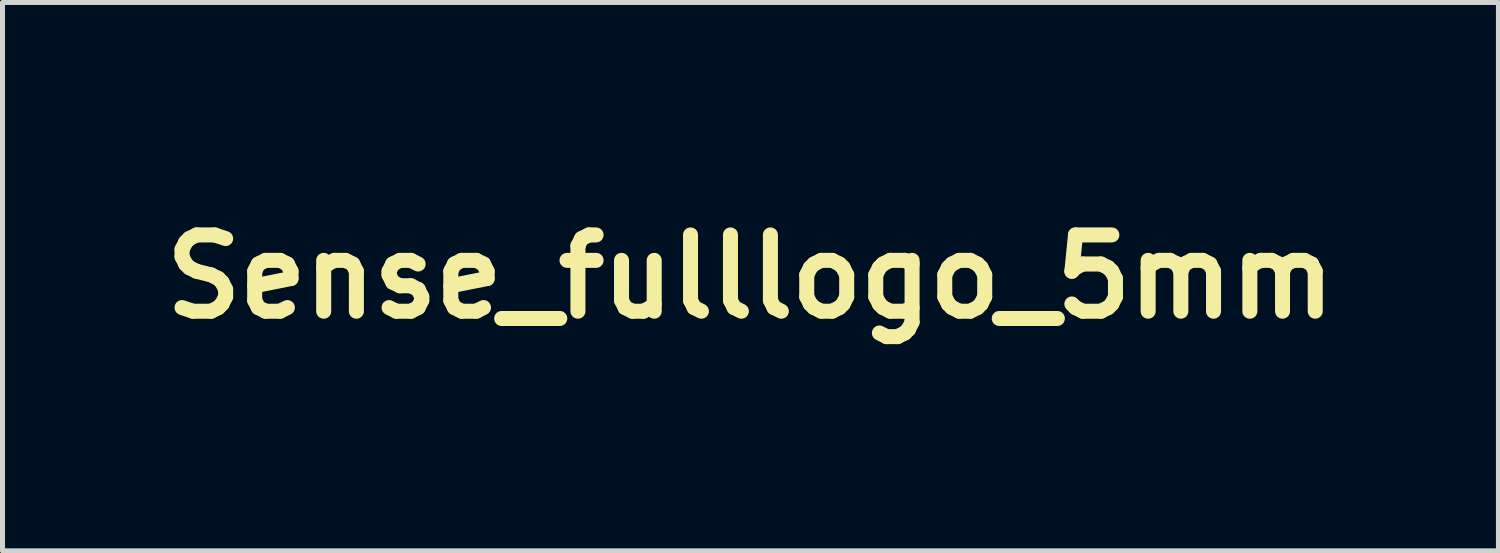
<source format=kicad_pcb>
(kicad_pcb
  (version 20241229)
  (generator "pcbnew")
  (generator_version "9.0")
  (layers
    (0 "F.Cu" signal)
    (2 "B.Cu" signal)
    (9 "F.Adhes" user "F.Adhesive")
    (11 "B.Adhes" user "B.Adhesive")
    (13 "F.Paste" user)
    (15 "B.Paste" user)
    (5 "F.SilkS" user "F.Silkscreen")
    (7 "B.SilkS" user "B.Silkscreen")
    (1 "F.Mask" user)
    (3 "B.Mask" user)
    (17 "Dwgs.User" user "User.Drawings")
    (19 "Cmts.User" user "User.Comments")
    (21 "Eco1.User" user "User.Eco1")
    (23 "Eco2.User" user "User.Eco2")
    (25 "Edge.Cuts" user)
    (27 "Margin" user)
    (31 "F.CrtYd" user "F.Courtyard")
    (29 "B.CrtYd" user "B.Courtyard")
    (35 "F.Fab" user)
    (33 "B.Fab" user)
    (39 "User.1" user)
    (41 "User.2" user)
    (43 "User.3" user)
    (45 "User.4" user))
  (footprint "Sense_fulllogo_5mm"
    (layer "F.Cu")
    (at 11.945 2.479)
    (property "Reference" "Sense_fulllogo_5mm" (at 0 0 0) (layer "F.SilkS") (effects (font (size 1.524 1.524) (thickness 0.3))))
    (attr through_hole)
    (fp_poly (pts (xy 0.356 0.357) (xy 0.386 0.373) (xy 0.386 0.373) (xy 0.415 0.395) (xy 0.415 1.216) (xy 0.414 1.345) (xy 0.414 1.468) (xy 0.414 1.583) (xy 0.413 1.69) (xy 0.412 1.785) (xy 0.411 1.868) (xy 0.41 1.938) (xy 0.409 1.992) (xy 0.408 2.029) (xy 0.407 2.047) (xy 0.407 2.049) (xy 0.38 2.072) (xy 0.344 2.082) (xy 0.307 2.078) (xy 0.277 2.061) (xy 0.277 2.061) (xy 0.254 2.037) (xy 0.255 1.215) (xy 0.255 1.063) (xy 0.255 0.929) (xy 0.255 0.814) (xy 0.256 0.716) (xy 0.256 0.633) (xy 0.257 0.564) (xy 0.259 0.508) (xy 0.261 0.464) (xy 0.264 0.429) (xy 0.268 0.403) (xy 0.272 0.385) (xy 0.278 0.372) (xy 0.285 0.365) (xy 0.293 0.361) (xy 0.302 0.359) (xy 0.313 0.358) (xy 0.322 0.356) (xy 0.356 0.357)) (stroke (width 0.01) (type solid)) (fill yes) (layer "F.Mask"))
    (fp_poly (pts (xy 3.379 0.358) (xy 3.407 0.372) (xy 3.425 0.389) (xy 3.426 0.392) (xy 3.427 0.405) (xy 3.428 0.437) (xy 3.429 0.486) (xy 3.43 0.551) (xy 3.431 0.631) (xy 3.431 0.723) (xy 3.432 0.827) (xy 3.432 0.939) (xy 3.433 1.06) (xy 3.433 1.188) (xy 3.433 1.228) (xy 3.433 2.047) (xy 3.41 2.066) (xy 3.378 2.081) (xy 3.34 2.082) (xy 3.307 2.071) (xy 3.297 2.063) (xy 3.293 2.059) (xy 3.29 2.054) (xy 3.287 2.046) (xy 3.285 2.034) (xy 3.282 2.016) (xy 3.281 1.992) (xy 3.279 1.96) (xy 3.278 1.919) (xy 3.278 1.866) (xy 3.277 1.801) (xy 3.277 1.723) (xy 3.276 1.63) (xy 3.276 1.52) (xy 3.276 1.393) (xy 3.276 1.246) (xy 3.276 0.395) (xy 3.303 0.374) (xy 3.328 0.359) (xy 3.349 0.352) (xy 3.35 0.352) (xy 3.379 0.358)) (stroke (width 0.01) (type solid)) (fill yes) (layer "F.Mask"))
    (fp_poly (pts (xy 5.9 0.362) (xy 5.923 0.373) (xy 5.944 0.396) (xy 5.967 0.434) (xy 5.991 0.474) (xy 6.023 0.525) (xy 6.06 0.585) (xy 6.103 0.652) (xy 6.148 0.723) (xy 6.195 0.796) (xy 6.243 0.87) (xy 6.289 0.94) (xy 6.333 1.006) (xy 6.373 1.066) (xy 6.407 1.116) (xy 6.434 1.155) (xy 6.453 1.181) (xy 6.461 1.19) (xy 6.472 1.196) (xy 6.484 1.191) (xy 6.5 1.175) (xy 6.522 1.149) (xy 6.555 1.105) (xy 6.597 1.044) (xy 6.647 0.969) (xy 6.704 0.881) (xy 6.766 0.781) (xy 6.833 0.673) (xy 6.875 0.602) (xy 6.913 0.54) (xy 6.947 0.485) (xy 6.977 0.437) (xy 7 0.401) (xy 7.016 0.378) (xy 7.022 0.371) (xy 7.041 0.365) (xy 7.064 0.363) (xy 7.09 0.37) (xy 7.119 0.389) (xy 7.142 0.414) (xy 7.153 0.438) (xy 7.153 0.442) (xy 7.148 0.458) (xy 7.134 0.487) (xy 7.114 0.523) (xy 7.105 0.538) (xy 7.083 0.572) (xy 7.052 0.62) (xy 7.014 0.68) (xy 6.969 0.748) (xy 6.92 0.823) (xy 6.869 0.9) (xy 6.817 0.978) (xy 6.767 1.052) (xy 6.721 1.122) (xy 6.68 1.183) (xy 6.646 1.233) (xy 6.63 1.257) (xy 6.56 1.357) (xy 6.559 1.701) (xy 6.557 2.044) (xy 6.533 2.064) (xy 6.5 2.08) (xy 6.461 2.083) (xy 6.426 2.072) (xy 6.422 2.069) (xy 6.416 2.064) (xy 6.412 2.057) (xy 6.408 2.044) (xy 6.406 2.025) (xy 6.403 1.997) (xy 6.402 1.958) (xy 6.4 1.906) (xy 6.399 1.838) (xy 6.397 1.752) (xy 6.397 1.709) (xy 6.391 1.363) (xy 6.104 0.93) (xy 6.047 0.845) (xy 5.994 0.764) (xy 5.945 0.69) (xy 5.902 0.624) (xy 5.865 0.569) (xy 5.836 0.525) (xy 5.816 0.494) (xy 5.807 0.479) (xy 5.806 0.477) (xy 5.794 0.438) (xy 5.801 0.403) (xy 5.823 0.376) (xy 5.858 0.361) (xy 5.872 0.36) (xy 5.9 0.362)) (stroke (width 0.01) (type solid)) (fill yes) (layer "F.Mask"))
    (fp_poly (pts (xy -0.631 0.356) (xy -0.581 0.357) (xy -0.511 0.359) (xy -0.459 0.361) (xy -0.422 0.364) (xy -0.397 0.367) (xy -0.38 0.371) (xy -0.369 0.376) (xy -0.36 0.384) (xy -0.355 0.39) (xy -0.336 0.416) (xy -0.334 0.439) (xy -0.349 0.465) (xy -0.353 0.47) (xy -0.374 0.497) (xy -0.703 0.5) (xy -0.808 0.501) (xy -0.895 0.502) (xy -0.964 0.505) (xy -1.019 0.512) (xy -1.06 0.523) (xy -1.09 0.541) (xy -1.111 0.567) (xy -1.124 0.603) (xy -1.131 0.649) (xy -1.135 0.708) (xy -1.137 0.781) (xy -1.138 0.845) (xy -1.14 0.928) (xy -1.14 0.991) (xy -1.139 1.037) (xy -1.137 1.066) (xy -1.133 1.081) (xy -1.132 1.082) (xy -1.119 1.084) (xy -1.087 1.086) (xy -1.041 1.087) (xy -0.982 1.088) (xy -0.913 1.089) (xy -0.837 1.089) (xy -0.817 1.089) (xy -0.723 1.089) (xy -0.647 1.09) (xy -0.588 1.091) (xy -0.543 1.094) (xy -0.511 1.098) (xy -0.49 1.105) (xy -0.476 1.114) (xy -0.47 1.127) (xy -0.467 1.142) (xy -0.467 1.16) (xy -0.467 1.18) (xy -0.469 1.196) (xy -0.476 1.209) (xy -0.489 1.218) (xy -0.511 1.225) (xy -0.543 1.229) (xy -0.587 1.232) (xy -0.647 1.233) (xy -0.723 1.234) (xy -0.799 1.234) (xy -0.876 1.234) (xy -0.948 1.235) (xy -1.01 1.236) (xy -1.061 1.237) (xy -1.097 1.238) (xy -1.116 1.24) (xy -1.117 1.24) (xy -1.14 1.246) (xy -1.14 2.041) (xy -1.168 2.062) (xy -1.204 2.081) (xy -1.24 2.079) (xy -1.265 2.065) (xy -1.288 2.046) (xy -1.286 1.317) (xy -1.286 1.171) (xy -1.285 1.045) (xy -1.285 0.936) (xy -1.284 0.843) (xy -1.283 0.765) (xy -1.281 0.7) (xy -1.279 0.647) (xy -1.276 0.605) (xy -1.273 0.57) (xy -1.268 0.543) (xy -1.263 0.522) (xy -1.257 0.505) (xy -1.249 0.49) (xy -1.24 0.477) (xy -1.23 0.463) (xy -1.229 0.461) (xy -1.206 0.438) (xy -1.173 0.414) (xy -1.151 0.4) (xy -1.128 0.389) (xy -1.106 0.38) (xy -1.08 0.374) (xy -1.046 0.369) (xy -1 0.365) (xy -0.94 0.361) (xy -0.875 0.358) (xy -0.797 0.356) (xy -0.713 0.355) (xy -0.631 0.356)) (stroke (width 0.01) (type solid)) (fill yes) (layer "F.Mask"))
    (fp_poly (pts (xy 4.953 0.373) (xy 5.05 0.373) (xy 5.131 0.374) (xy 5.197 0.375) (xy 5.249 0.377) (xy 5.29 0.379) (xy 5.321 0.383) (xy 5.342 0.387) (xy 5.357 0.393) (xy 5.365 0.4) (xy 5.369 0.409) (xy 5.371 0.419) (xy 5.37 0.432) (xy 5.37 0.44) (xy 5.37 0.459) (xy 5.366 0.475) (xy 5.358 0.487) (xy 5.342 0.495) (xy 5.318 0.501) (xy 5.281 0.505) (xy 5.231 0.507) (xy 5.165 0.508) (xy 5.08 0.508) (xy 5.067 0.508) (xy 4.986 0.508) (xy 4.923 0.508) (xy 4.876 0.509) (xy 4.842 0.51) (xy 4.82 0.512) (xy 4.805 0.516) (xy 4.797 0.52) (xy 4.791 0.526) (xy 4.788 0.531) (xy 4.786 0.541) (xy 4.784 0.56) (xy 4.782 0.591) (xy 4.781 0.635) (xy 4.78 0.691) (xy 4.78 0.762) (xy 4.78 0.849) (xy 4.78 0.953) (xy 4.781 1.074) (xy 4.782 1.214) (xy 4.782 1.298) (xy 4.784 1.444) (xy 4.785 1.57) (xy 4.785 1.679) (xy 4.786 1.771) (xy 4.786 1.848) (xy 4.785 1.911) (xy 4.783 1.962) (xy 4.781 2.002) (xy 4.777 2.032) (xy 4.773 2.054) (xy 4.767 2.069) (xy 4.76 2.078) (xy 4.752 2.084) (xy 4.741 2.087) (xy 4.73 2.089) (xy 4.716 2.09) (xy 4.685 2.091) (xy 4.659 2.079) (xy 4.651 2.072) (xy 4.622 2.047) (xy 4.623 1.292) (xy 4.624 1.138) (xy 4.623 1.004) (xy 4.623 0.889) (xy 4.623 0.792) (xy 4.622 0.711) (xy 4.621 0.646) (xy 4.62 0.596) (xy 4.618 0.56) (xy 4.616 0.536) (xy 4.613 0.524) (xy 4.613 0.523) (xy 4.605 0.518) (xy 4.59 0.514) (xy 4.565 0.512) (xy 4.529 0.51) (xy 4.477 0.509) (xy 4.409 0.508) (xy 4.337 0.508) (xy 4.257 0.508) (xy 4.194 0.508) (xy 4.147 0.507) (xy 4.113 0.505) (xy 4.089 0.503) (xy 4.073 0.5) (xy 4.063 0.495) (xy 4.055 0.489) (xy 4.054 0.487) (xy 4.037 0.458) (xy 4.034 0.425) (xy 4.047 0.396) (xy 4.052 0.39) (xy 4.057 0.387) (xy 4.066 0.384) (xy 4.079 0.381) (xy 4.099 0.379) (xy 4.127 0.377) (xy 4.165 0.376) (xy 4.213 0.375) (xy 4.274 0.374) (xy 4.349 0.374) (xy 4.44 0.373) (xy 4.549 0.373) (xy 4.676 0.373) (xy 4.704 0.373) (xy 4.838 0.373) (xy 4.953 0.373)) (stroke (width 0.01) (type solid)) (fill yes) (layer "F.Mask"))
    (fp_poly (pts (xy 4.85 -2.082) (xy 4.952 -2.061) (xy 5.047 -2.025) (xy 5.112 -1.989) (xy 5.166 -1.946) (xy 5.203 -1.903) (xy 5.222 -1.862) (xy 5.221 -1.824) (xy 5.201 -1.79) (xy 5.199 -1.787) (xy 5.176 -1.77) (xy 5.153 -1.767) (xy 5.126 -1.777) (xy 5.092 -1.803) (xy 5.055 -1.839) (xy 4.998 -1.89) (xy 4.938 -1.924) (xy 4.87 -1.946) (xy 4.789 -1.957) (xy 4.786 -1.957) (xy 4.703 -1.954) (xy 4.626 -1.936) (xy 4.56 -1.904) (xy 4.507 -1.86) (xy 4.469 -1.803) (xy 4.467 -1.799) (xy 4.451 -1.745) (xy 4.448 -1.683) (xy 4.457 -1.623) (xy 4.469 -1.59) (xy 4.488 -1.555) (xy 4.512 -1.524) (xy 4.542 -1.495) (xy 4.581 -1.465) (xy 4.632 -1.433) (xy 4.696 -1.397) (xy 4.777 -1.356) (xy 4.798 -1.346) (xy 4.863 -1.313) (xy 4.925 -1.281) (xy 4.982 -1.251) (xy 5.028 -1.226) (xy 5.061 -1.207) (xy 5.068 -1.202) (xy 5.147 -1.139) (xy 5.213 -1.067) (xy 5.263 -0.988) (xy 5.298 -0.905) (xy 5.314 -0.82) (xy 5.312 -0.737) (xy 5.31 -0.723) (xy 5.283 -0.63) (xy 5.237 -0.547) (xy 5.176 -0.474) (xy 5.1 -0.414) (xy 5.01 -0.367) (xy 4.956 -0.348) (xy 4.918 -0.34) (xy 4.866 -0.333) (xy 4.808 -0.328) (xy 4.749 -0.325) (xy 4.698 -0.325) (xy 4.66 -0.328) (xy 4.555 -0.352) (xy 4.458 -0.389) (xy 4.373 -0.438) (xy 4.302 -0.495) (xy 4.252 -0.556) (xy 4.228 -0.603) (xy 4.221 -0.643) (xy 4.231 -0.675) (xy 4.257 -0.696) (xy 4.298 -0.705) (xy 4.302 -0.705) (xy 4.33 -0.703) (xy 4.349 -0.692) (xy 4.367 -0.669) (xy 4.368 -0.666) (xy 4.39 -0.637) (xy 4.42 -0.604) (xy 4.442 -0.582) (xy 4.51 -0.533) (xy 4.588 -0.497) (xy 4.673 -0.476) (xy 4.761 -0.468) (xy 4.848 -0.475) (xy 4.931 -0.496) (xy 5.006 -0.532) (xy 5.064 -0.577) (xy 5.112 -0.637) (xy 5.142 -0.705) (xy 5.153 -0.778) (xy 5.146 -0.853) (xy 5.121 -0.92) (xy 5.102 -0.955) (xy 5.079 -0.988) (xy 5.051 -1.019) (xy 5.017 -1.049) (xy 4.974 -1.081) (xy 4.919 -1.115) (xy 4.852 -1.153) (xy 4.77 -1.197) (xy 4.671 -1.247) (xy 4.668 -1.248) (xy 4.584 -1.292) (xy 4.517 -1.33) (xy 4.464 -1.366) (xy 4.422 -1.401) (xy 4.388 -1.437) (xy 4.361 -1.477) (xy 4.339 -1.517) (xy 4.307 -1.602) (xy 4.295 -1.687) (xy 4.302 -1.77) (xy 4.327 -1.848) (xy 4.369 -1.919) (xy 4.427 -1.98) (xy 4.499 -2.03) (xy 4.553 -2.054) (xy 4.646 -2.08) (xy 4.747 -2.089) (xy 4.85 -2.082)) (stroke (width 0.01) (type solid)) (fill yes) (layer "F.Mask"))
    (fp_poly (pts (xy -0.656 -2.082) (xy -0.59 -2.071) (xy -0.581 -2.069) (xy -0.511 -2.046) (xy -0.447 -2.016) (xy -0.392 -1.983) (xy -0.346 -1.946) (xy -0.311 -1.908) (xy -0.289 -1.871) (xy -0.282 -1.837) (xy -0.29 -1.806) (xy -0.315 -1.781) (xy -0.322 -1.778) (xy -0.346 -1.768) (xy -0.367 -1.768) (xy -0.39 -1.779) (xy -0.419 -1.804) (xy -0.444 -1.83) (xy -0.514 -1.89) (xy -0.592 -1.931) (xy -0.679 -1.954) (xy -0.776 -1.958) (xy -0.783 -1.957) (xy -0.865 -1.944) (xy -0.935 -1.915) (xy -0.991 -1.872) (xy -1.033 -1.816) (xy -1.053 -1.765) (xy -1.063 -1.698) (xy -1.053 -1.63) (xy -1.025 -1.564) (xy -0.98 -1.505) (xy -0.962 -1.487) (xy -0.942 -1.472) (xy -0.906 -1.45) (xy -0.858 -1.423) (xy -0.8 -1.392) (xy -0.737 -1.359) (xy -0.697 -1.339) (xy -0.63 -1.304) (xy -0.565 -1.27) (xy -0.506 -1.238) (xy -0.456 -1.209) (xy -0.42 -1.187) (xy -0.408 -1.178) (xy -0.333 -1.112) (xy -0.27 -1.034) (xy -0.229 -0.964) (xy -0.217 -0.936) (xy -0.209 -0.91) (xy -0.205 -0.879) (xy -0.203 -0.839) (xy -0.202 -0.793) (xy -0.203 -0.742) (xy -0.204 -0.705) (xy -0.209 -0.677) (xy -0.217 -0.651) (xy -0.231 -0.62) (xy -0.241 -0.599) (xy -0.291 -0.52) (xy -0.357 -0.453) (xy -0.435 -0.399) (xy -0.525 -0.358) (xy -0.622 -0.332) (xy -0.726 -0.322) (xy -0.833 -0.327) (xy -0.89 -0.337) (xy -0.966 -0.356) (xy -1.027 -0.377) (xy -1.08 -0.402) (xy -1.116 -0.424) (xy -1.165 -0.46) (xy -1.21 -0.502) (xy -1.249 -0.546) (xy -1.277 -0.587) (xy -1.286 -0.608) (xy -1.29 -0.647) (xy -1.277 -0.677) (xy -1.246 -0.697) (xy -1.216 -0.703) (xy -1.186 -0.703) (xy -1.166 -0.693) (xy -1.149 -0.674) (xy -1.108 -0.623) (xy -1.073 -0.585) (xy -1.038 -0.556) (xy -0.999 -0.532) (xy -0.985 -0.525) (xy -0.898 -0.491) (xy -0.809 -0.472) (xy -0.721 -0.469) (xy -0.636 -0.48) (xy -0.557 -0.505) (xy -0.488 -0.544) (xy -0.43 -0.595) (xy -0.391 -0.65) (xy -0.364 -0.721) (xy -0.356 -0.793) (xy -0.367 -0.866) (xy -0.397 -0.936) (xy -0.444 -1.002) (xy -0.508 -1.062) (xy -0.515 -1.067) (xy -0.543 -1.085) (xy -0.586 -1.111) (xy -0.64 -1.142) (xy -0.702 -1.176) (xy -0.769 -1.212) (xy -0.806 -1.231) (xy -0.894 -1.277) (xy -0.965 -1.317) (xy -1.022 -1.352) (xy -1.067 -1.384) (xy -1.102 -1.416) (xy -1.131 -1.448) (xy -1.154 -1.483) (xy -1.175 -1.523) (xy -1.175 -1.524) (xy -1.191 -1.557) (xy -1.2 -1.586) (xy -1.205 -1.615) (xy -1.207 -1.653) (xy -1.208 -1.695) (xy -1.207 -1.746) (xy -1.204 -1.783) (xy -1.198 -1.812) (xy -1.188 -1.838) (xy -1.182 -1.851) (xy -1.136 -1.925) (xy -1.074 -1.986) (xy -0.997 -2.034) (xy -0.927 -2.064) (xy -0.872 -2.078) (xy -0.803 -2.085) (xy -0.729 -2.087) (xy -0.656 -2.082)) (stroke (width 0.01) (type solid)) (fill yes) (layer "F.Mask"))
    (fp_poly (pts (xy 2.498 0.371) (xy 2.521 0.39) (xy 2.525 1.182) (xy 2.526 1.33) (xy 2.527 1.458) (xy 2.527 1.568) (xy 2.527 1.661) (xy 2.527 1.74) (xy 2.527 1.805) (xy 2.526 1.858) (xy 2.526 1.9) (xy 2.524 1.933) (xy 2.523 1.958) (xy 2.521 1.977) (xy 2.518 1.99) (xy 2.515 2) (xy 2.512 2.008) (xy 2.51 2.011) (xy 2.478 2.051) (xy 2.434 2.078) (xy 2.381 2.092) (xy 2.326 2.091) (xy 2.288 2.08) (xy 2.26 2.063) (xy 2.23 2.038) (xy 2.223 2.03) (xy 2.21 2.013) (xy 2.19 1.984) (xy 2.165 1.943) (xy 2.133 1.89) (xy 2.093 1.824) (xy 2.046 1.743) (xy 1.992 1.648) (xy 1.929 1.537) (xy 1.857 1.411) (xy 1.776 1.267) (xy 1.686 1.106) (xy 1.685 1.104) (xy 1.621 0.99) (xy 1.566 0.892) (xy 1.519 0.81) (xy 1.48 0.741) (xy 1.449 0.686) (xy 1.423 0.642) (xy 1.402 0.608) (xy 1.386 0.583) (xy 1.374 0.566) (xy 1.364 0.555) (xy 1.356 0.548) (xy 1.35 0.545) (xy 1.344 0.544) (xy 1.342 0.544) (xy 1.333 0.547) (xy 1.325 0.556) (xy 1.319 0.573) (xy 1.314 0.6) (xy 1.311 0.639) (xy 1.309 0.691) (xy 1.308 0.758) (xy 1.309 0.842) (xy 1.31 0.944) (xy 1.311 0.98) (xy 1.312 1.081) (xy 1.314 1.197) (xy 1.315 1.321) (xy 1.316 1.446) (xy 1.317 1.566) (xy 1.318 1.674) (xy 1.318 1.684) (xy 1.319 2.046) (xy 1.291 2.07) (xy 1.257 2.09) (xy 1.221 2.091) (xy 1.19 2.078) (xy 1.17 2.065) (xy 1.161 2.055) (xy 1.161 2.055) (xy 1.161 2.044) (xy 1.161 2.013) (xy 1.16 1.965) (xy 1.16 1.901) (xy 1.16 1.823) (xy 1.16 1.732) (xy 1.16 1.631) (xy 1.16 1.519) (xy 1.16 1.4) (xy 1.16 1.274) (xy 1.16 1.257) (xy 1.16 1.11) (xy 1.16 0.982) (xy 1.16 0.872) (xy 1.16 0.779) (xy 1.161 0.7) (xy 1.161 0.635) (xy 1.162 0.583) (xy 1.163 0.541) (xy 1.165 0.508) (xy 1.166 0.484) (xy 1.168 0.466) (xy 1.171 0.452) (xy 1.174 0.443) (xy 1.177 0.436) (xy 1.178 0.434) (xy 1.215 0.39) (xy 1.263 0.363) (xy 1.294 0.356) (xy 1.342 0.358) (xy 1.393 0.377) (xy 1.441 0.407) (xy 1.479 0.446) (xy 1.482 0.45) (xy 1.493 0.467) (xy 1.513 0.501) (xy 1.541 0.549) (xy 1.576 0.609) (xy 1.616 0.68) (xy 1.662 0.759) (xy 1.711 0.844) (xy 1.762 0.935) (xy 1.773 0.954) (xy 1.861 1.109) (xy 1.942 1.251) (xy 2.017 1.381) (xy 2.084 1.498) (xy 2.144 1.601) (xy 2.195 1.688) (xy 2.238 1.76) (xy 2.271 1.815) (xy 2.287 1.841) (xy 2.316 1.881) (xy 2.34 1.901) (xy 2.359 1.902) (xy 2.366 1.895) (xy 2.368 1.882) (xy 2.369 1.85) (xy 2.37 1.8) (xy 2.371 1.732) (xy 2.372 1.649) (xy 2.372 1.552) (xy 2.371 1.441) (xy 2.371 1.318) (xy 2.37 1.185) (xy 2.37 1.139) (xy 2.364 0.396) (xy 2.391 0.374) (xy 2.428 0.356) (xy 2.467 0.356) (xy 2.498 0.371)) (stroke (width 0.01) (type solid)) (fill yes) (layer "F.Mask"))
    (fp_poly (pts (xy 1.248 -2.072) (xy 1.305 -2.072) (xy 1.347 -2.07) (xy 1.373 -2.069) (xy 1.376 -2.068) (xy 1.418 -2.056) (xy 1.447 -2.034) (xy 1.461 -2.007) (xy 1.458 -1.978) (xy 1.44 -1.953) (xy 1.433 -1.948) (xy 1.423 -1.943) (xy 1.408 -1.94) (xy 1.386 -1.937) (xy 1.355 -1.935) (xy 1.313 -1.933) (xy 1.256 -1.931) (xy 1.184 -1.93) (xy 1.093 -1.929) (xy 1.08 -1.928) (xy 0.979 -1.927) (xy 0.898 -1.925) (xy 0.833 -1.922) (xy 0.782 -1.919) (xy 0.744 -1.914) (xy 0.716 -1.908) (xy 0.696 -1.9) (xy 0.682 -1.889) (xy 0.672 -1.875) (xy 0.665 -1.858) (xy 0.663 -1.853) (xy 0.658 -1.831) (xy 0.654 -1.793) (xy 0.65 -1.743) (xy 0.647 -1.685) (xy 0.645 -1.623) (xy 0.644 -1.56) (xy 0.644 -1.499) (xy 0.645 -1.446) (xy 0.647 -1.403) (xy 0.65 -1.373) (xy 0.654 -1.363) (xy 0.66 -1.359) (xy 0.673 -1.355) (xy 0.694 -1.352) (xy 0.726 -1.35) (xy 0.77 -1.349) (xy 0.829 -1.348) (xy 0.905 -1.348) (xy 0.99 -1.348) (xy 1.081 -1.348) (xy 1.153 -1.347) (xy 1.209 -1.347) (xy 1.251 -1.346) (xy 1.282 -1.344) (xy 1.303 -1.341) (xy 1.316 -1.338) (xy 1.325 -1.334) (xy 1.331 -1.329) (xy 1.345 -1.299) (xy 1.346 -1.265) (xy 1.333 -1.235) (xy 1.327 -1.229) (xy 1.32 -1.224) (xy 1.31 -1.219) (xy 1.293 -1.216) (xy 1.27 -1.214) (xy 1.236 -1.212) (xy 1.189 -1.211) (xy 1.128 -1.21) (xy 1.05 -1.209) (xy 0.988 -1.209) (xy 0.908 -1.209) (xy 0.835 -1.207) (xy 0.771 -1.206) (xy 0.718 -1.204) (xy 0.68 -1.202) (xy 0.659 -1.2) (xy 0.656 -1.199) (xy 0.652 -1.187) (xy 0.649 -1.157) (xy 0.646 -1.113) (xy 0.644 -1.058) (xy 0.643 -0.995) (xy 0.643 -0.927) (xy 0.643 -0.859) (xy 0.644 -0.792) (xy 0.645 -0.731) (xy 0.647 -0.678) (xy 0.65 -0.637) (xy 0.654 -0.612) (xy 0.675 -0.559) (xy 0.711 -0.52) (xy 0.746 -0.499) (xy 0.759 -0.494) (xy 0.777 -0.491) (xy 0.802 -0.488) (xy 0.836 -0.485) (xy 0.882 -0.484) (xy 0.942 -0.482) (xy 1.017 -0.481) (xy 1.111 -0.48) (xy 1.125 -0.48) (xy 1.207 -0.48) (xy 1.284 -0.479) (xy 1.351 -0.479) (xy 1.407 -0.478) (xy 1.448 -0.478) (xy 1.473 -0.478) (xy 1.48 -0.477) (xy 1.497 -0.468) (xy 1.512 -0.445) (xy 1.52 -0.418) (xy 1.52 -0.399) (xy 1.515 -0.384) (xy 1.507 -0.372) (xy 1.495 -0.363) (xy 1.475 -0.355) (xy 1.447 -0.35) (xy 1.408 -0.347) (xy 1.356 -0.344) (xy 1.288 -0.343) (xy 1.204 -0.343) (xy 1.128 -0.343) (xy 1.046 -0.344) (xy 0.968 -0.345) (xy 0.897 -0.346) (xy 0.838 -0.348) (xy 0.791 -0.35) (xy 0.762 -0.352) (xy 0.755 -0.353) (xy 0.678 -0.374) (xy 0.611 -0.408) (xy 0.558 -0.455) (xy 0.522 -0.51) (xy 0.511 -0.539) (xy 0.507 -0.553) (xy 0.504 -0.569) (xy 0.501 -0.59) (xy 0.499 -0.617) (xy 0.498 -0.652) (xy 0.496 -0.697) (xy 0.495 -0.752) (xy 0.495 -0.82) (xy 0.495 -0.903) (xy 0.495 -1.002) (xy 0.495 -1.119) (xy 0.495 -1.209) (xy 0.496 -1.347) (xy 0.497 -1.471) (xy 0.498 -1.58) (xy 0.499 -1.674) (xy 0.501 -1.751) (xy 0.503 -1.81) (xy 0.505 -1.85) (xy 0.508 -1.87) (xy 0.531 -1.935) (xy 0.569 -1.987) (xy 0.625 -2.027) (xy 0.676 -2.051) (xy 0.693 -2.056) (xy 0.717 -2.06) (xy 0.748 -2.063) (xy 0.791 -2.066) (xy 0.847 -2.068) (xy 0.918 -2.07) (xy 1.007 -2.071) (xy 1.025 -2.071) (xy 1.105 -2.072) (xy 1.18 -2.072) (xy 1.248 -2.072)) (stroke (width 0.01) (type solid)) (fill yes) (layer "F.Mask"))
    (fp_poly (pts (xy 6.745 -2.068) (xy 6.805 -2.067) (xy 6.85 -2.066) (xy 6.884 -2.065) (xy 6.907 -2.063) (xy 6.924 -2.06) (xy 6.935 -2.056) (xy 6.942 -2.051) (xy 6.945 -2.049) (xy 6.963 -2.02) (xy 6.965 -1.986) (xy 6.951 -1.954) (xy 6.946 -1.949) (xy 6.939 -1.943) (xy 6.931 -1.939) (xy 6.918 -1.935) (xy 6.898 -1.932) (xy 6.87 -1.931) (xy 6.831 -1.929) (xy 6.778 -1.929) (xy 6.709 -1.928) (xy 6.623 -1.928) (xy 6.607 -1.928) (xy 6.523 -1.928) (xy 6.446 -1.927) (xy 6.377 -1.925) (xy 6.321 -1.924) (xy 6.279 -1.921) (xy 6.254 -1.919) (xy 6.251 -1.918) (xy 6.218 -1.903) (xy 6.189 -1.882) (xy 6.189 -1.881) (xy 6.181 -1.872) (xy 6.174 -1.862) (xy 6.17 -1.849) (xy 6.167 -1.83) (xy 6.164 -1.802) (xy 6.163 -1.763) (xy 6.162 -1.709) (xy 6.161 -1.638) (xy 6.16 -1.61) (xy 6.159 -1.528) (xy 6.159 -1.466) (xy 6.16 -1.42) (xy 6.162 -1.388) (xy 6.165 -1.368) (xy 6.169 -1.358) (xy 6.171 -1.357) (xy 6.184 -1.355) (xy 6.216 -1.353) (xy 6.262 -1.351) (xy 6.322 -1.349) (xy 6.392 -1.348) (xy 6.469 -1.348) (xy 6.503 -1.348) (xy 6.593 -1.348) (xy 6.664 -1.348) (xy 6.719 -1.347) (xy 6.761 -1.346) (xy 6.791 -1.344) (xy 6.812 -1.342) (xy 6.825 -1.338) (xy 6.835 -1.334) (xy 6.841 -1.328) (xy 6.842 -1.327) (xy 6.86 -1.296) (xy 6.859 -1.261) (xy 6.844 -1.233) (xy 6.839 -1.227) (xy 6.832 -1.222) (xy 6.822 -1.218) (xy 6.806 -1.215) (xy 6.783 -1.213) (xy 6.749 -1.211) (xy 6.703 -1.21) (xy 6.643 -1.21) (xy 6.565 -1.209) (xy 6.497 -1.209) (xy 6.404 -1.208) (xy 6.329 -1.208) (xy 6.271 -1.207) (xy 6.228 -1.205) (xy 6.197 -1.203) (xy 6.176 -1.201) (xy 6.164 -1.197) (xy 6.158 -1.193) (xy 6.157 -1.192) (xy 6.154 -1.176) (xy 6.151 -1.14) (xy 6.15 -1.085) (xy 6.15 -1.011) (xy 6.15 -0.919) (xy 6.151 -0.896) (xy 6.152 -0.802) (xy 6.154 -0.727) (xy 6.158 -0.668) (xy 6.162 -0.622) (xy 6.169 -0.588) (xy 6.179 -0.562) (xy 6.192 -0.544) (xy 6.21 -0.529) (xy 6.231 -0.516) (xy 6.246 -0.508) (xy 6.298 -0.482) (xy 6.64 -0.48) (xy 6.723 -0.48) (xy 6.798 -0.479) (xy 6.865 -0.479) (xy 6.919 -0.478) (xy 6.96 -0.478) (xy 6.984 -0.478) (xy 6.989 -0.477) (xy 7.002 -0.47) (xy 7.013 -0.461) (xy 7.027 -0.433) (xy 7.026 -0.401) (xy 7.012 -0.372) (xy 7.007 -0.367) (xy 7 -0.362) (xy 6.991 -0.357) (xy 6.976 -0.354) (xy 6.955 -0.351) (xy 6.925 -0.349) (xy 6.884 -0.348) (xy 6.829 -0.347) (xy 6.758 -0.346) (xy 6.669 -0.345) (xy 6.647 -0.345) (xy 6.544 -0.345) (xy 6.459 -0.345) (xy 6.391 -0.346) (xy 6.337 -0.348) (xy 6.295 -0.351) (xy 6.263 -0.354) (xy 6.243 -0.358) (xy 6.173 -0.38) (xy 6.113 -0.412) (xy 6.068 -0.45) (xy 6.061 -0.459) (xy 6.051 -0.473) (xy 6.042 -0.487) (xy 6.034 -0.502) (xy 6.028 -0.519) (xy 6.022 -0.541) (xy 6.018 -0.569) (xy 6.015 -0.604) (xy 6.012 -0.648) (xy 6.01 -0.703) (xy 6.009 -0.77) (xy 6.008 -0.851) (xy 6.008 -0.948) (xy 6.008 -1.063) (xy 6.008 -1.196) (xy 6.008 -1.218) (xy 6.008 -1.861) (xy 6.035 -1.919) (xy 6.07 -1.975) (xy 6.118 -2.018) (xy 6.18 -2.05) (xy 6.194 -2.055) (xy 6.212 -2.059) (xy 6.235 -2.062) (xy 6.266 -2.064) (xy 6.306 -2.066) (xy 6.359 -2.067) (xy 6.426 -2.067) (xy 6.511 -2.068) (xy 6.574 -2.068) (xy 6.669 -2.068) (xy 6.745 -2.068)) (stroke (width 0.01) (type solid)) (fill yes) (layer "F.Mask"))
    (fp_poly (pts (xy 3.493 -2.07) (xy 3.521 -2.054) (xy 3.533 -2.038) (xy 3.535 -2.025) (xy 3.538 -1.998) (xy 3.54 -1.955) (xy 3.541 -1.896) (xy 3.543 -1.821) (xy 3.544 -1.728) (xy 3.545 -1.617) (xy 3.545 -1.487) (xy 3.546 -1.338) (xy 3.546 -1.234) (xy 3.546 -1.088) (xy 3.547 -0.962) (xy 3.547 -0.853) (xy 3.546 -0.761) (xy 3.546 -0.684) (xy 3.546 -0.62) (xy 3.545 -0.568) (xy 3.544 -0.527) (xy 3.542 -0.495) (xy 3.541 -0.471) (xy 3.538 -0.452) (xy 3.536 -0.439) (xy 3.533 -0.429) (xy 3.529 -0.421) (xy 3.528 -0.418) (xy 3.499 -0.382) (xy 3.457 -0.353) (xy 3.41 -0.335) (xy 3.381 -0.332) (xy 3.347 -0.337) (xy 3.31 -0.348) (xy 3.301 -0.352) (xy 3.267 -0.372) (xy 3.237 -0.399) (xy 3.232 -0.406) (xy 3.216 -0.429) (xy 3.193 -0.466) (xy 3.162 -0.517) (xy 3.123 -0.583) (xy 3.076 -0.665) (xy 3.02 -0.763) (xy 2.955 -0.877) (xy 2.88 -1.009) (xy 2.815 -1.125) (xy 2.739 -1.261) (xy 2.672 -1.381) (xy 2.613 -1.485) (xy 2.563 -1.574) (xy 2.52 -1.649) (xy 2.485 -1.712) (xy 2.455 -1.763) (xy 2.431 -1.804) (xy 2.411 -1.836) (xy 2.396 -1.86) (xy 2.384 -1.876) (xy 2.375 -1.887) (xy 2.368 -1.893) (xy 2.362 -1.895) (xy 2.358 -1.895) (xy 2.353 -1.893) (xy 2.348 -1.891) (xy 2.345 -1.888) (xy 2.342 -1.881) (xy 2.34 -1.868) (xy 2.338 -1.849) (xy 2.337 -1.822) (xy 2.335 -1.785) (xy 2.334 -1.737) (xy 2.334 -1.676) (xy 2.333 -1.602) (xy 2.333 -1.513) (xy 2.333 -1.407) (xy 2.333 -1.283) (xy 2.333 -1.14) (xy 2.333 -1.133) (xy 2.333 -0.986) (xy 2.333 -0.858) (xy 2.333 -0.749) (xy 2.333 -0.656) (xy 2.333 -0.578) (xy 2.331 -0.514) (xy 2.329 -0.463) (xy 2.326 -0.423) (xy 2.323 -0.392) (xy 2.318 -0.371) (xy 2.312 -0.356) (xy 2.304 -0.347) (xy 2.295 -0.343) (xy 2.285 -0.341) (xy 2.272 -0.342) (xy 2.258 -0.342) (xy 2.255 -0.342) (xy 2.241 -0.342) (xy 2.228 -0.341) (xy 2.218 -0.342) (xy 2.208 -0.346) (xy 2.201 -0.353) (xy 2.194 -0.366) (xy 2.189 -0.385) (xy 2.185 -0.413) (xy 2.182 -0.449) (xy 2.18 -0.497) (xy 2.178 -0.556) (xy 2.177 -0.628) (xy 2.177 -0.716) (xy 2.176 -0.819) (xy 2.176 -0.939) (xy 2.176 -1.078) (xy 2.176 -1.171) (xy 2.176 -1.318) (xy 2.176 -1.446) (xy 2.177 -1.556) (xy 2.177 -1.649) (xy 2.177 -1.727) (xy 2.178 -1.792) (xy 2.179 -1.845) (xy 2.18 -1.887) (xy 2.181 -1.919) (xy 2.183 -1.944) (xy 2.185 -1.962) (xy 2.188 -1.975) (xy 2.191 -1.985) (xy 2.194 -1.992) (xy 2.195 -1.994) (xy 2.231 -2.036) (xy 2.276 -2.063) (xy 2.327 -2.073) (xy 2.38 -2.066) (xy 2.433 -2.043) (xy 2.479 -2.004) (xy 2.489 -1.991) (xy 2.508 -1.96) (xy 2.535 -1.915) (xy 2.57 -1.856) (xy 2.611 -1.786) (xy 2.658 -1.706) (xy 2.71 -1.617) (xy 2.765 -1.521) (xy 2.823 -1.42) (xy 2.846 -1.379) (xy 2.928 -1.235) (xy 3.001 -1.108) (xy 3.064 -0.998) (xy 3.119 -0.902) (xy 3.167 -0.819) (xy 3.207 -0.75) (xy 3.241 -0.693) (xy 3.27 -0.646) (xy 3.293 -0.609) (xy 3.312 -0.58) (xy 3.327 -0.559) (xy 3.339 -0.545) (xy 3.349 -0.535) (xy 3.357 -0.531) (xy 3.364 -0.53) (xy 3.37 -0.531) (xy 3.373 -0.532) (xy 3.384 -0.545) (xy 3.391 -0.57) (xy 3.392 -0.577) (xy 3.393 -0.594) (xy 3.393 -0.63) (xy 3.394 -0.683) (xy 3.393 -0.751) (xy 3.393 -0.833) (xy 3.393 -0.926) (xy 3.392 -1.029) (xy 3.391 -1.141) (xy 3.39 -1.258) (xy 3.389 -1.317) (xy 3.387 -1.454) (xy 3.386 -1.573) (xy 3.385 -1.674) (xy 3.384 -1.758) (xy 3.384 -1.828) (xy 3.384 -1.885) (xy 3.385 -1.93) (xy 3.386 -1.965) (xy 3.387 -1.991) (xy 3.389 -2.01) (xy 3.391 -2.024) (xy 3.394 -2.033) (xy 3.397 -2.039) (xy 3.399 -2.042) (xy 3.426 -2.064) (xy 3.459 -2.073) (xy 3.493 -2.07)) (stroke (width 0.01) (type solid)) (fill yes) (layer "F.Mask"))
    (fp_poly (pts (xy -4.602 -2.474) (xy -4.5 -2.471) (xy -4.406 -2.466) (xy -4.326 -2.458) (xy -4.297 -2.454) (xy -4.077 -2.408) (xy -3.867 -2.347) (xy -3.667 -2.268) (xy -3.571 -2.223) (xy -3.515 -2.196) (xy -3.469 -2.172) (xy -3.429 -2.15) (xy -3.389 -2.126) (xy -3.344 -2.098) (xy -3.291 -2.063) (xy -3.247 -2.033) (xy -3.109 -1.932) (xy -2.973 -1.814) (xy -2.842 -1.682) (xy -2.721 -1.542) (xy -2.612 -1.396) (xy -2.56 -1.317) (xy -2.462 -1.141) (xy -2.376 -0.953) (xy -2.305 -0.756) (xy -2.249 -0.554) (xy -2.21 -0.353) (xy -2.199 -0.267) (xy -2.193 -0.204) (xy -2.19 -0.127) (xy -2.188 -0.04) (xy -2.188 0.048) (xy -2.19 0.134) (xy -2.193 0.211) (xy -2.198 0.273) (xy -2.198 0.275) (xy -2.23 0.475) (xy -2.28 0.676) (xy -2.347 0.875) (xy -2.429 1.068) (xy -2.525 1.253) (xy -2.633 1.425) (xy -2.731 1.555) (xy -2.879 1.722) (xy -3.042 1.875) (xy -3.218 2.012) (xy -3.404 2.134) (xy -3.601 2.238) (xy -3.805 2.325) (xy -4.003 2.388) (xy -4.107 2.415) (xy -4.202 2.436) (xy -4.292 2.451) (xy -4.384 2.462) (xy -4.483 2.469) (xy -4.596 2.472) (xy -4.624 2.473) (xy -4.694 2.473) (xy -4.76 2.474) (xy -4.817 2.473) (xy -4.862 2.473) (xy -4.892 2.472) (xy -4.899 2.471) (xy -5.107 2.442) (xy -5.308 2.396) (xy -5.504 2.333) (xy -5.701 2.252) (xy -5.769 2.219) (xy -5.928 2.135) (xy -6.073 2.045) (xy -6.209 1.945) (xy -6.34 1.831) (xy -6.372 1.799) (xy -5.222 1.799) (xy -5.218 1.823) (xy -5.209 1.842) (xy -5.189 1.868) (xy -5.162 1.877) (xy -5.128 1.868) (xy -5.085 1.843) (xy -5.077 1.837) (xy -5.047 1.816) (xy -5.004 1.787) (xy -4.956 1.756) (xy -4.909 1.726) (xy -4.859 1.694) (xy -4.808 1.661) (xy -4.762 1.631) (xy -4.731 1.61) (xy -4.626 1.524) (xy -4.535 1.425) (xy -4.461 1.315) (xy -4.403 1.196) (xy -4.363 1.069) (xy -4.342 0.936) (xy -4.34 0.799) (xy -4.343 0.759) (xy -4.35 0.699) (xy -4.359 0.637) (xy -4.371 0.572) (xy -4.386 0.501) (xy -4.405 0.422) (xy -4.428 0.332) (xy -4.456 0.231) (xy -4.489 0.115) (xy -4.528 -0.018) (xy -4.548 -0.083) (xy -4.565 -0.139) (xy -4.581 -0.195) (xy -4.596 -0.246) (xy -4.604 -0.275) (xy -4.618 -0.326) (xy -4.634 -0.382) (xy -4.645 -0.42) (xy -4.673 -0.527) (xy -4.693 -0.619) (xy -4.705 -0.7) (xy -4.709 -0.775) (xy -4.706 -0.847) (xy -4.696 -0.92) (xy -4.694 -0.93) (xy -4.679 -0.998) (xy -4.659 -1.059) (xy -4.633 -1.118) (xy -4.597 -1.184) (xy -4.572 -1.225) (xy -4.545 -1.267) (xy -4.52 -1.307) (xy -4.501 -1.338) (xy -4.494 -1.348) (xy -4.469 -1.392) (xy -4.442 -1.447) (xy -4.415 -1.506) (xy -4.393 -1.561) (xy -4.381 -1.596) (xy -4.369 -1.651) (xy -4.365 -1.705) (xy -4.369 -1.755) (xy -4.379 -1.795) (xy -4.396 -1.822) (xy -4.409 -1.831) (xy -4.429 -1.831) (xy -4.452 -1.819) (xy -4.481 -1.794) (xy -4.517 -1.754) (xy -4.549 -1.715) (xy -4.579 -1.678) (xy -4.618 -1.63) (xy -4.662 -1.576) (xy -4.707 -1.522) (xy -4.731 -1.494) (xy -4.819 -1.386) (xy -4.892 -1.291) (xy -4.953 -1.204) (xy -5.001 -1.126) (xy -5.039 -1.052) (xy -5.067 -0.982) (xy -5.085 -0.912) (xy -5.096 -0.841) (xy -5.101 -0.767) (xy -5.101 -0.747) (xy -5.097 -0.664) (xy -5.087 -0.571) (xy -5.072 -0.475) (xy -5.054 -0.385) (xy -5.044 -0.347) (xy -5.036 -0.321) (xy -5.023 -0.278) (xy -5.005 -0.222) (xy -4.984 -0.156) (xy -4.962 -0.084) (xy -4.94 -0.016) (xy -4.915 0.061) (xy -4.891 0.136) (xy -4.869 0.206) (xy -4.85 0.267) (xy -4.836 0.315) (xy -4.827 0.343) (xy -4.813 0.398) (xy -4.796 0.465) (xy -4.779 0.539) (xy -4.763 0.616) (xy -4.748 0.69) (xy -4.736 0.757) (xy -4.727 0.812) (xy -4.722 0.845) (xy -4.721 0.942) (xy -4.734 1.041) (xy -4.76 1.137) (xy -4.797 1.225) (xy -4.839 1.293) (xy -4.86 1.318) (xy -4.89 1.355) (xy -4.928 1.399) (xy -4.969 1.446) (xy -4.987 1.467) (xy -5.064 1.556) (xy -5.126 1.631) (xy -5.172 1.692) (xy -5.202 1.74) (xy -5.216 1.77) (xy -5.222 1.799) (xy -6.372 1.799) (xy -6.449 1.725) (xy -6.593 1.565) (xy -6.719 1.4) (xy -6.827 1.228) (xy -6.921 1.045) (xy -7.002 0.849) (xy -7.044 0.726) (xy -7.099 0.518) (xy -7.135 0.305) (xy -7.152 0.087) (xy -7.15 -0.133) (xy -7.129 -0.351) (xy -7.088 -0.567) (xy -7.07 -0.641) (xy -7.056 -0.692) (xy -7.045 -0.732) (xy -7.034 -0.767) (xy -7.021 -0.803) (xy -7.005 -0.847) (xy -6.984 -0.902) (xy -6.896 -1.102) (xy -6.788 -1.294) (xy -6.662 -1.478) (xy -6.517 -1.654) (xy -6.353 -1.822) (xy -6.242 -1.922) (xy -6.214 -1.944) (xy -6.176 -1.974) (xy -6.132 -2.006) (xy -6.086 -2.039) (xy -6.045 -2.068) (xy -6.011 -2.09) (xy -5.997 -2.098) (xy -5.966 -2.116) (xy -5.933 -2.135) (xy -5.931 -2.137) (xy -5.763 -2.227) (xy -5.58 -2.306) (xy -5.385 -2.372) (xy -5.18 -2.426) (xy -5.069 -2.448) (xy -4.997 -2.459) (xy -4.91 -2.466) (xy -4.812 -2.471) (xy -4.707 -2.474) (xy -4.602 -2.474)) (stroke (width 0.01) (type solid)) (fill yes) (layer "F.Mask")))
  (gr_rect
    (start -3 -3)
    (end 26.891 7.957)
    (stroke (width 0.1) (type default))
    (fill no)
    (layer "Edge.Cuts")))
</source>
